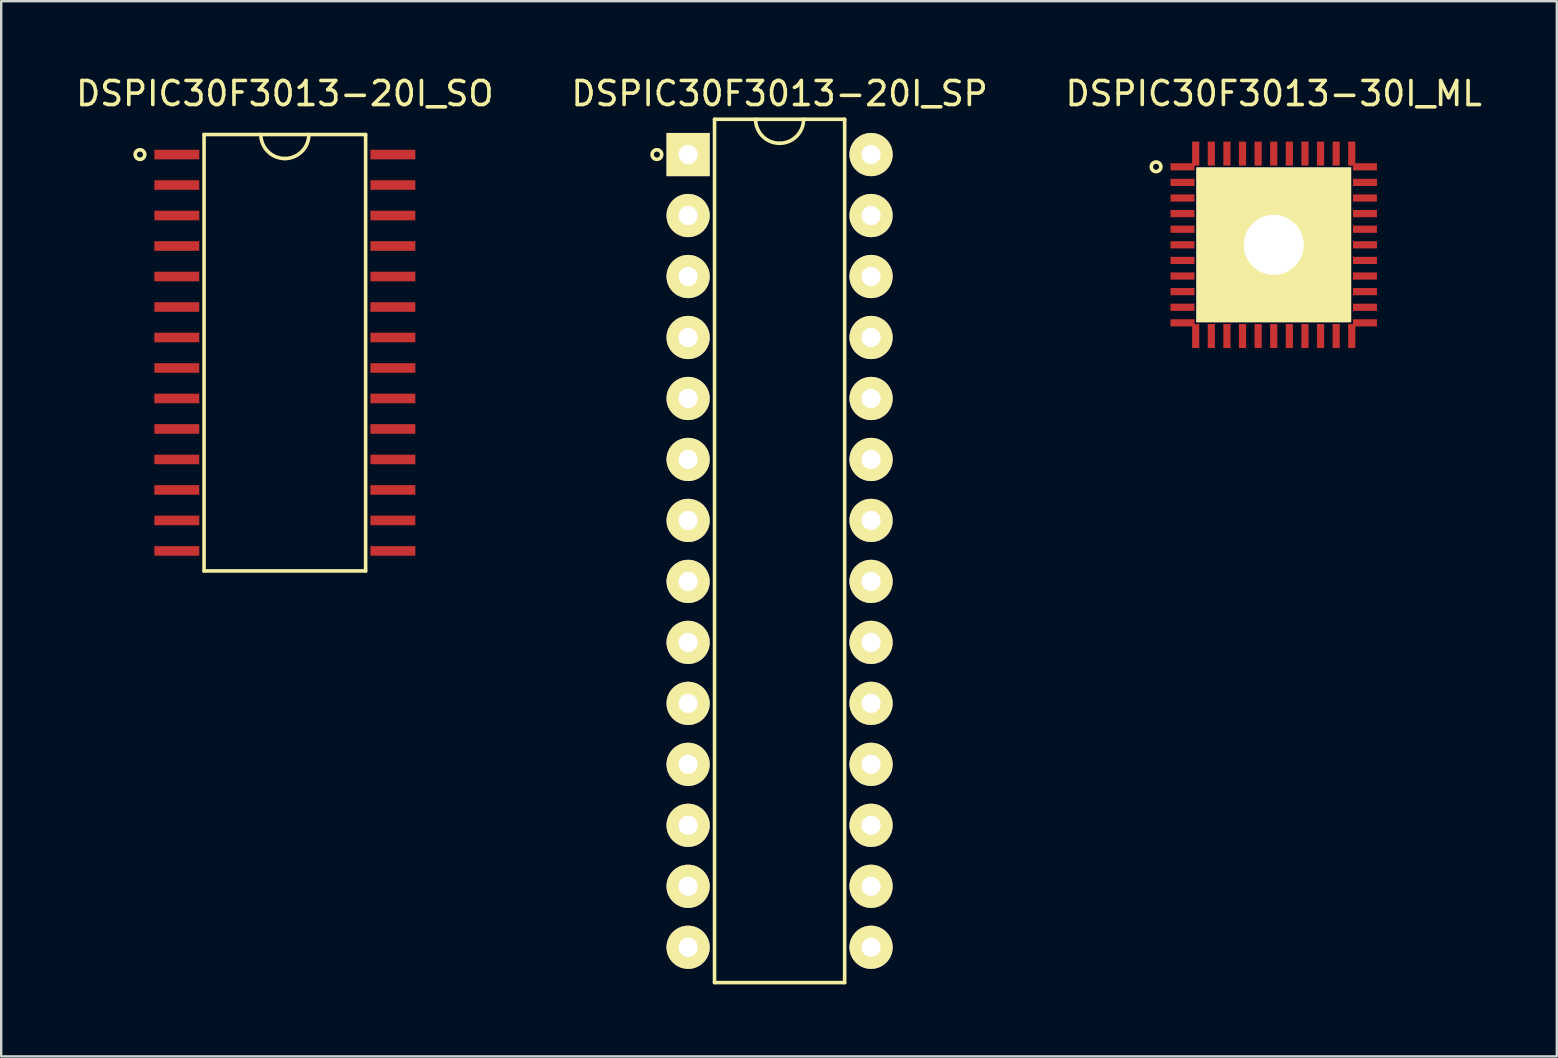
<source format=kicad_pcb>
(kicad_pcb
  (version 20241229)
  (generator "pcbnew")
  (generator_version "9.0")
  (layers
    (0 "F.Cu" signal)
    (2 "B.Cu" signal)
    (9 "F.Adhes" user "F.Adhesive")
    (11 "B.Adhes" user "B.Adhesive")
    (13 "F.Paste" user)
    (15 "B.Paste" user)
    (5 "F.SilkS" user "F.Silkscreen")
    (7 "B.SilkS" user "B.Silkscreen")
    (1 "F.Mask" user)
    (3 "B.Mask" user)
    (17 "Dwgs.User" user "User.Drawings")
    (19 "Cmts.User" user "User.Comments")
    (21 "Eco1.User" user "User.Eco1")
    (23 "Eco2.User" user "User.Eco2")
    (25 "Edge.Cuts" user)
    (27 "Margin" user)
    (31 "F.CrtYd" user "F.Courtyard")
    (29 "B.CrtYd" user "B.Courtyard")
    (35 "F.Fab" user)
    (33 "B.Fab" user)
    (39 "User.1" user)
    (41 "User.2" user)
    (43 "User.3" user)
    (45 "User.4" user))
  (footprint "DSPIC30F3013-20I_SP"
    (layer "F.Cu")
    (at 25.613 3.388)
    (property "Reference" "DSPIC30F3013-20I_SP" (at 3.81 -2.54 0) (layer "F.SilkS") (effects (font (size 1 1) (thickness 0.15))))
    (attr through_hole)
    (fp_line (start 1.1 -1.47) (end 6.52 -1.47) (stroke (width 0.15) (type solid)) (layer "F.SilkS"))
    (fp_line (start 1.1 34.49) (end 1.1 -1.47) (stroke (width 0.15) (type solid)) (layer "F.SilkS"))
    (fp_line (start 6.52 -1.47) (end 6.52 34.49) (stroke (width 0.15) (type solid)) (layer "F.SilkS"))
    (fp_line (start 6.52 34.49) (end 1.1 34.49) (stroke (width 0.15) (type solid)) (layer "F.SilkS"))
    (fp_arc (start 3.81 -0.47) (mid 3.102893 -0.762893) (end 2.81 -1.47) (stroke (width 0.15) (type solid)) (layer "F.SilkS"))
    (fp_arc (start 4.81 -1.47) (mid 4.517107 -0.762893) (end 3.81 -0.47) (stroke (width 0.15) (type solid)) (layer "F.SilkS"))
    (fp_circle (center -1.3 0) (end -1.3 0.2) (stroke (width 0.15) (type solid)) (fill no) (layer "F.SilkS"))
    (pad "1" thru_hole rect (at 0 0) (size 1.8 1.8) (drill 0.8) (layers "*.Cu" "*.Mask" "F.SilkS"))
    (pad "2" thru_hole circle (at 0 2.54) (size 1.8 1.8) (drill 0.8) (layers "*.Cu" "*.Mask" "F.SilkS"))
    (pad "3" thru_hole circle (at 0 5.08) (size 1.8 1.8) (drill 0.8) (layers "*.Cu" "*.Mask" "F.SilkS"))
    (pad "4" thru_hole circle (at 0 7.62) (size 1.8 1.8) (drill 0.8) (layers "*.Cu" "*.Mask" "F.SilkS"))
    (pad "5" thru_hole circle (at 0 10.16) (size 1.8 1.8) (drill 0.8) (layers "*.Cu" "*.Mask" "F.SilkS"))
    (pad "6" thru_hole circle (at 0 12.7) (size 1.8 1.8) (drill 0.8) (layers "*.Cu" "*.Mask" "F.SilkS"))
    (pad "7" thru_hole circle (at 0 15.24) (size 1.8 1.8) (drill 0.8) (layers "*.Cu" "*.Mask" "F.SilkS"))
    (pad "8" thru_hole circle (at 0 17.78) (size 1.8 1.8) (drill 0.8) (layers "*.Cu" "*.Mask" "F.SilkS"))
    (pad "9" thru_hole circle (at 0 20.32) (size 1.8 1.8) (drill 0.8) (layers "*.Cu" "*.Mask" "F.SilkS"))
    (pad "10" thru_hole circle (at 0 22.86) (size 1.8 1.8) (drill 0.8) (layers "*.Cu" "*.Mask" "F.SilkS"))
    (pad "11" thru_hole circle (at 0 25.4) (size 1.8 1.8) (drill 0.8) (layers "*.Cu" "*.Mask" "F.SilkS"))
    (pad "12" thru_hole circle (at 0 27.94) (size 1.8 1.8) (drill 0.8) (layers "*.Cu" "*.Mask" "F.SilkS"))
    (pad "13" thru_hole circle (at 0 30.48) (size 1.8 1.8) (drill 0.8) (layers "*.Cu" "*.Mask" "F.SilkS"))
    (pad "14" thru_hole circle (at 0 33.02) (size 1.8 1.8) (drill 0.8) (layers "*.Cu" "*.Mask" "F.SilkS"))
    (pad "15" thru_hole circle (at 7.62 33.02) (size 1.8 1.8) (drill 0.8) (layers "*.Cu" "*.Mask" "F.SilkS"))
    (pad "16" thru_hole circle (at 7.62 30.48) (size 1.8 1.8) (drill 0.8) (layers "*.Cu" "*.Mask" "F.SilkS"))
    (pad "17" thru_hole circle (at 7.62 27.94) (size 1.8 1.8) (drill 0.8) (layers "*.Cu" "*.Mask" "F.SilkS"))
    (pad "18" thru_hole circle (at 7.62 25.4) (size 1.8 1.8) (drill 0.8) (layers "*.Cu" "*.Mask" "F.SilkS"))
    (pad "19" thru_hole circle (at 7.62 22.86) (size 1.8 1.8) (drill 0.8) (layers "*.Cu" "*.Mask" "F.SilkS"))
    (pad "20" thru_hole circle (at 7.62 20.32) (size 1.8 1.8) (drill 0.8) (layers "*.Cu" "*.Mask" "F.SilkS"))
    (pad "21" thru_hole circle (at 7.62 17.78) (size 1.8 1.8) (drill 0.8) (layers "*.Cu" "*.Mask" "F.SilkS"))
    (pad "22" thru_hole circle (at 7.62 15.24) (size 1.8 1.8) (drill 0.8) (layers "*.Cu" "*.Mask" "F.SilkS"))
    (pad "23" thru_hole circle (at 7.62 12.7) (size 1.8 1.8) (drill 0.8) (layers "*.Cu" "*.Mask" "F.SilkS"))
    (pad "24" thru_hole circle (at 7.62 10.16) (size 1.8 1.8) (drill 0.8) (layers "*.Cu" "*.Mask" "F.SilkS"))
    (pad "25" thru_hole circle (at 7.62 7.62) (size 1.8 1.8) (drill 0.8) (layers "*.Cu" "*.Mask" "F.SilkS"))
    (pad "26" thru_hole circle (at 7.62 5.08) (size 1.8 1.8) (drill 0.8) (layers "*.Cu" "*.Mask" "F.SilkS"))
    (pad "27" thru_hole circle (at 7.62 2.54) (size 1.8 1.8) (drill 0.8) (layers "*.Cu" "*.Mask" "F.SilkS"))
    (pad "28" thru_hole circle (at 7.62 0) (size 1.8 1.8) (drill 0.8) (layers "*.Cu" "*.Mask" "F.SilkS")))
  (footprint "DSPIC30F3013-30I_ML"
    (layer "F.Cu")
    (at 46.206 3.348)
    (property "Reference" "DSPIC30F3013-30I_ML" (at 3.8 -2.5 0) (layer "F.SilkS") (effects (font (size 1 1) (thickness 0.15))))
    (attr through_hole)
    (fp_line (start 0.7 0.7) (end 0.7 6.9) (stroke (width 0.15) (type solid)) (layer "F.SilkS"))
    (fp_line (start 0.7 0.7) (end 6.9 0.7) (stroke (width 0.15) (type solid)) (layer "F.SilkS"))
    (fp_line (start 0.7 6.9) (end 6.9 6.9) (stroke (width 0.15) (type solid)) (layer "F.SilkS"))
    (fp_line (start 6.9 6.9) (end 6.9 0.7) (stroke (width 0.15) (type solid)) (layer "F.SilkS"))
    (fp_circle (center -1.1 0.55) (end -1.1 0.35) (stroke (width 0.15) (type solid)) (fill no) (layer "F.SilkS"))
    (fp_circle (center 1.7 1.7) (end 1.7 1.2) (stroke (width 0.15) (type solid)) (fill no) (layer "F.SilkS"))
    (pad "1" smd rect (at 0 0.55) (size 1 0.3) (layers "F.Cu" "F.Mask" "F.Paste"))
    (pad "2" smd rect (at 0 1.2) (size 1 0.3) (layers "F.Cu" "F.Mask" "F.Paste"))
    (pad "3" smd rect (at 0 1.85) (size 1 0.3) (layers "F.Cu" "F.Mask" "F.Paste"))
    (pad "4" smd rect (at 0 2.5) (size 1 0.3) (layers "F.Cu" "F.Mask" "F.Paste"))
    (pad "5" smd rect (at 0 3.15) (size 1 0.3) (layers "F.Cu" "F.Mask" "F.Paste"))
    (pad "6" smd rect (at 0 3.8) (size 1 0.3) (layers "F.Cu" "F.Mask" "F.Paste"))
    (pad "7" smd rect (at 0 4.45) (size 1 0.3) (layers "F.Cu" "F.Mask" "F.Paste"))
    (pad "8" smd rect (at 0 5.1) (size 1 0.3) (layers "F.Cu" "F.Mask" "F.Paste"))
    (pad "9" smd rect (at 0 5.75) (size 1 0.3) (layers "F.Cu" "F.Mask" "F.Paste"))
    (pad "10" smd rect (at 0 6.4) (size 1 0.3) (layers "F.Cu" "F.Mask" "F.Paste"))
    (pad "11" smd rect (at 0 7.05) (size 1 0.3) (layers "F.Cu" "F.Mask" "F.Paste"))
    (pad "12" smd rect (at 0.55 7.6) (size 0.3 1) (layers "F.Cu" "F.Mask" "F.Paste"))
    (pad "13" smd rect (at 1.2 7.6) (size 0.3 1) (layers "F.Cu" "F.Mask" "F.Paste"))
    (pad "14" smd rect (at 1.85 7.6) (size 0.3 1) (layers "F.Cu" "F.Mask" "F.Paste"))
    (pad "15" smd rect (at 2.5 7.6) (size 0.3 1) (layers "F.Cu" "F.Mask" "F.Paste"))
    (pad "16" smd rect (at 3.15 7.6) (size 0.3 1) (layers "F.Cu" "F.Mask" "F.Paste"))
    (pad "17" smd rect (at 3.8 7.6) (size 0.3 1) (layers "F.Cu" "F.Mask" "F.Paste"))
    (pad "18" smd rect (at 4.45 7.6) (size 0.3 1) (layers "F.Cu" "F.Mask" "F.Paste"))
    (pad "19" smd rect (at 5.1 7.6) (size 0.3 1) (layers "F.Cu" "F.Mask" "F.Paste"))
    (pad "20" smd rect (at 5.75 7.6) (size 0.3 1) (layers "F.Cu" "F.Mask" "F.Paste"))
    (pad "21" smd rect (at 6.4 7.6) (size 0.3 1) (layers "F.Cu" "F.Mask" "F.Paste"))
    (pad "22" smd rect (at 7.05 7.6) (size 0.3 1) (layers "F.Cu" "F.Mask" "F.Paste"))
    (pad "23" smd rect (at 7.6 7.05) (size 1 0.3) (layers "F.Cu" "F.Mask" "F.Paste"))
    (pad "24" smd rect (at 7.6 6.4) (size 1 0.3) (layers "F.Cu" "F.Mask" "F.Paste"))
    (pad "25" smd rect (at 7.6 5.75) (size 1 0.3) (layers "F.Cu" "F.Mask" "F.Paste"))
    (pad "26" smd rect (at 7.6 5.1) (size 1 0.3) (layers "F.Cu" "F.Mask" "F.Paste"))
    (pad "27" smd rect (at 7.6 4.45) (size 1 0.3) (layers "F.Cu" "F.Mask" "F.Paste"))
    (pad "28" smd rect (at 7.6 3.8) (size 1 0.3) (layers "F.Cu" "F.Mask" "F.Paste"))
    (pad "29" smd rect (at 7.6 3.15) (size 1 0.3) (layers "F.Cu" "F.Mask" "F.Paste"))
    (pad "30" smd rect (at 7.6 2.5) (size 1 0.3) (layers "F.Cu" "F.Mask" "F.Paste"))
    (pad "31" smd rect (at 7.6 1.85) (size 1 0.3) (layers "F.Cu" "F.Mask" "F.Paste"))
    (pad "32" smd rect (at 7.6 1.2) (size 1 0.3) (layers "F.Cu" "F.Mask" "F.Paste"))
    (pad "33" smd rect (at 7.6 0.55) (size 1 0.3) (layers "F.Cu" "F.Mask" "F.Paste"))
    (pad "34" smd rect (at 7.05 0) (size 0.3 1) (layers "F.Cu" "F.Mask" "F.Paste"))
    (pad "35" smd rect (at 6.4 0) (size 0.3 1) (layers "F.Cu" "F.Mask" "F.Paste"))
    (pad "36" smd rect (at 5.75 0) (size 0.3 1) (layers "F.Cu" "F.Mask" "F.Paste"))
    (pad "37" smd rect (at 5.1 0) (size 0.3 1) (layers "F.Cu" "F.Mask" "F.Paste"))
    (pad "38" smd rect (at 4.45 0) (size 0.3 1) (layers "F.Cu" "F.Mask" "F.Paste"))
    (pad "39" smd rect (at 3.8 0) (size 0.3 1) (layers "F.Cu" "F.Mask" "F.Paste"))
    (pad "40" smd rect (at 3.15 0) (size 0.3 1) (layers "F.Cu" "F.Mask" "F.Paste"))
    (pad "41" smd rect (at 2.5 0) (size 0.3 1) (layers "F.Cu" "F.Mask" "F.Paste"))
    (pad "42" smd rect (at 1.85 0) (size 0.3 1) (layers "F.Cu" "F.Mask" "F.Paste"))
    (pad "43" smd rect (at 1.2 0) (size 0.3 1) (layers "F.Cu" "F.Mask" "F.Paste"))
    (pad "44" smd rect (at 0.55 0) (size 0.3 1) (layers "F.Cu" "F.Mask" "F.Paste"))
    (pad "999" thru_hole rect (at 3.8 3.8) (size 6.45 6.45) (drill 2.5) (layers "*.Cu" "*.Mask" "F.SilkS")))
  (footprint "DSPIC30F3013-20I_SO"
    (layer "F.Cu")
    (at 4.315 3.388)
    (property "Reference" "DSPIC30F3013-20I_SO" (at 4.5 -2.54 0) (layer "F.SilkS") (effects (font (size 1 1) (thickness 0.15))))
    (attr through_hole)
    (fp_line (start 1.135 -0.835) (end 7.865 -0.835) (stroke (width 0.15) (type solid)) (layer "F.SilkS"))
    (fp_line (start 1.135 17.345) (end 1.135 -0.835) (stroke (width 0.15) (type solid)) (layer "F.SilkS"))
    (fp_line (start 7.865 -0.835) (end 7.865 17.345) (stroke (width 0.15) (type solid)) (layer "F.SilkS"))
    (fp_line (start 7.865 17.345) (end 1.135 17.345) (stroke (width 0.15) (type solid)) (layer "F.SilkS"))
    (fp_arc (start 4.5 0.165) (mid 3.792893 -0.127893) (end 3.5 -0.835) (stroke (width 0.15) (type solid)) (layer "F.SilkS"))
    (fp_arc (start 5.5 -0.835) (mid 5.207107 -0.127893) (end 4.5 0.165) (stroke (width 0.15) (type solid)) (layer "F.SilkS"))
    (fp_circle (center -1.535 0) (end -1.535 0.2) (stroke (width 0.15) (type solid)) (fill no) (layer "F.SilkS"))
    (pad "1" smd rect (at 0 0) (size 1.87 0.4) (layers "F.Cu" "F.Mask" "F.Paste"))
    (pad "2" smd rect (at 0 1.27) (size 1.87 0.4) (layers "F.Cu" "F.Mask" "F.Paste"))
    (pad "3" smd rect (at 0 2.54) (size 1.87 0.4) (layers "F.Cu" "F.Mask" "F.Paste"))
    (pad "4" smd rect (at 0 3.81) (size 1.87 0.4) (layers "F.Cu" "F.Mask" "F.Paste"))
    (pad "5" smd rect (at 0 5.08) (size 1.87 0.4) (layers "F.Cu" "F.Mask" "F.Paste"))
    (pad "6" smd rect (at 0 6.35) (size 1.87 0.4) (layers "F.Cu" "F.Mask" "F.Paste"))
    (pad "7" smd rect (at 0 7.62) (size 1.87 0.4) (layers "F.Cu" "F.Mask" "F.Paste"))
    (pad "8" smd rect (at 0 8.89) (size 1.87 0.4) (layers "F.Cu" "F.Mask" "F.Paste"))
    (pad "9" smd rect (at 0 10.16) (size 1.87 0.4) (layers "F.Cu" "F.Mask" "F.Paste"))
    (pad "10" smd rect (at 0 11.43) (size 1.87 0.4) (layers "F.Cu" "F.Mask" "F.Paste"))
    (pad "11" smd rect (at 0 12.7) (size 1.87 0.4) (layers "F.Cu" "F.Mask" "F.Paste"))
    (pad "12" smd rect (at 0 13.97) (size 1.87 0.4) (layers "F.Cu" "F.Mask" "F.Paste"))
    (pad "13" smd rect (at 0 15.24) (size 1.87 0.4) (layers "F.Cu" "F.Mask" "F.Paste"))
    (pad "14" smd rect (at 0 16.51) (size 1.87 0.4) (layers "F.Cu" "F.Mask" "F.Paste"))
    (pad "15" smd rect (at 9 16.51) (size 1.87 0.4) (layers "F.Cu" "F.Mask" "F.Paste"))
    (pad "16" smd rect (at 9 15.24) (size 1.87 0.4) (layers "F.Cu" "F.Mask" "F.Paste"))
    (pad "17" smd rect (at 9 13.97) (size 1.87 0.4) (layers "F.Cu" "F.Mask" "F.Paste"))
    (pad "18" smd rect (at 9 12.7) (size 1.87 0.4) (layers "F.Cu" "F.Mask" "F.Paste"))
    (pad "19" smd rect (at 9 11.43) (size 1.87 0.4) (layers "F.Cu" "F.Mask" "F.Paste"))
    (pad "20" smd rect (at 9 10.16) (size 1.87 0.4) (layers "F.Cu" "F.Mask" "F.Paste"))
    (pad "21" smd rect (at 9 8.89) (size 1.87 0.4) (layers "F.Cu" "F.Mask" "F.Paste"))
    (pad "22" smd rect (at 9 7.62) (size 1.87 0.4) (layers "F.Cu" "F.Mask" "F.Paste"))
    (pad "23" smd rect (at 9 6.35) (size 1.87 0.4) (layers "F.Cu" "F.Mask" "F.Paste"))
    (pad "24" smd rect (at 9 5.08) (size 1.87 0.4) (layers "F.Cu" "F.Mask" "F.Paste"))
    (pad "25" smd rect (at 9 3.81) (size 1.87 0.4) (layers "F.Cu" "F.Mask" "F.Paste"))
    (pad "26" smd rect (at 9 2.54) (size 1.87 0.4) (layers "F.Cu" "F.Mask" "F.Paste"))
    (pad "27" smd rect (at 9 1.27) (size 1.87 0.4) (layers "F.Cu" "F.Mask" "F.Paste"))
    (pad "28" smd rect (at 9 0) (size 1.87 0.4) (layers "F.Cu" "F.Mask" "F.Paste")))
  (gr_rect
    (start -3 -3)
    (end 61.798 40.953)
    (stroke (width 0.1) (type default))
    (fill no)
    (layer "Edge.Cuts")))
</source>
